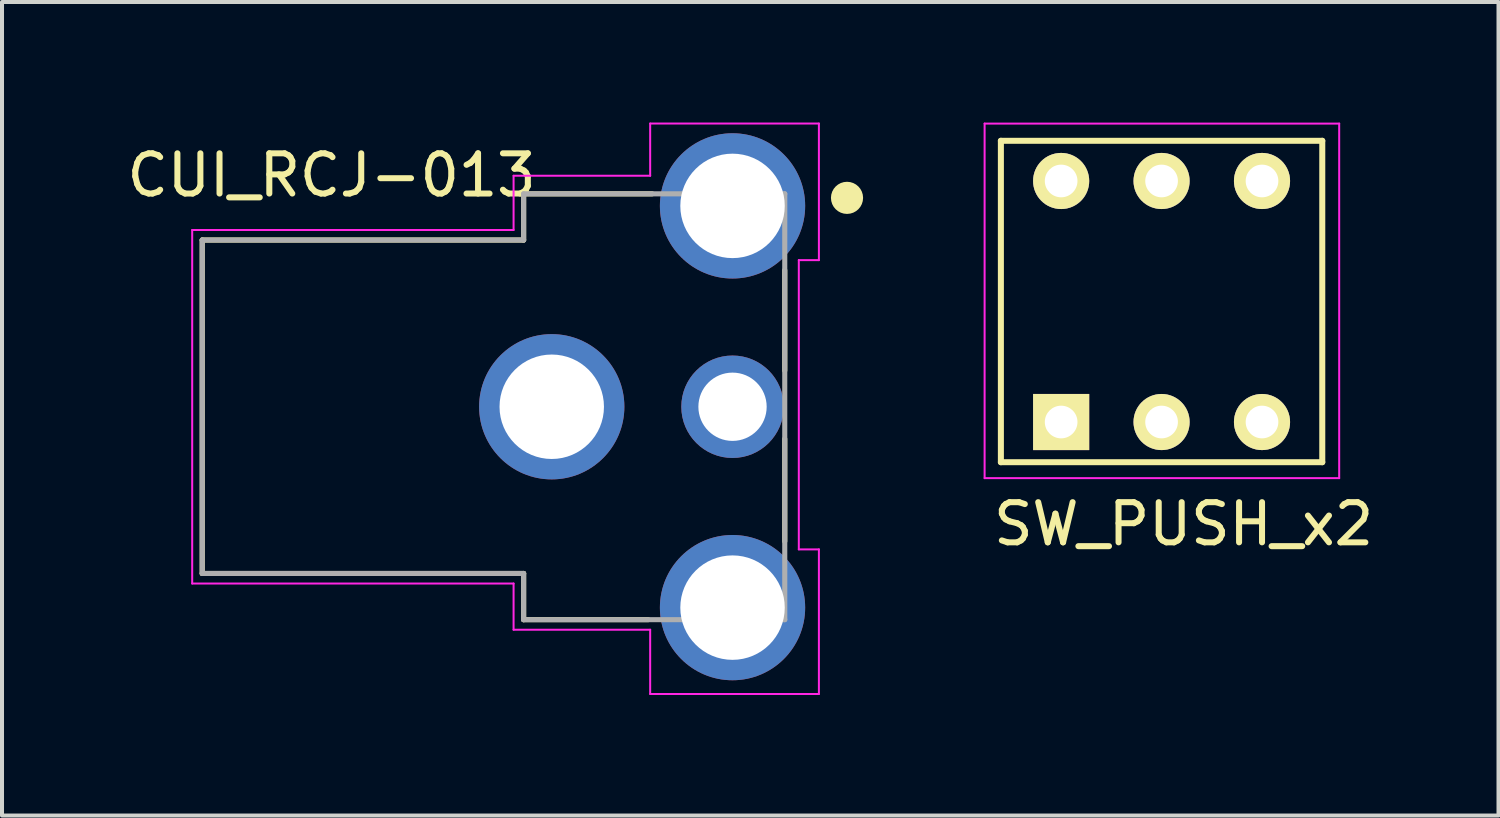
<source format=kicad_pcb>
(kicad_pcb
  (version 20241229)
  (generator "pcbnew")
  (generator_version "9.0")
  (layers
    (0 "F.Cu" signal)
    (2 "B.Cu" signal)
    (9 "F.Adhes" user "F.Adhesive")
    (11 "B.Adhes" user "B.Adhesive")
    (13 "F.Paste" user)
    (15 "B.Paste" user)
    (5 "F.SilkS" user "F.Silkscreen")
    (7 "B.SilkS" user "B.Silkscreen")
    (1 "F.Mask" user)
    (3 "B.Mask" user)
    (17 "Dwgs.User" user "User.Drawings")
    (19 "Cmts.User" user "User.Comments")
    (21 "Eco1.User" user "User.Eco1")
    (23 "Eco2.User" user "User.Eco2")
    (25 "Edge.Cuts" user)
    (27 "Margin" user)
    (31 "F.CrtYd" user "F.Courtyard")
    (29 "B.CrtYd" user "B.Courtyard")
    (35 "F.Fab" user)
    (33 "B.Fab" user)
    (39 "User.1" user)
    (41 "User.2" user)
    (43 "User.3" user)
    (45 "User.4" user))
  (footprint "SW_PUSH_x2"
    (layer "F.Cu")
    (at 23.364 7.455)
    (property "Reference" "SW_PUSH_x2" (at 3.048 2.54 0) (layer "F.SilkS") (effects (font (size 1 1) (thickness 0.15))))
    (attr through_hole)
    (fp_line (start -1.5 -7) (end -1.5 1) (stroke (width 0.15) (type solid)) (layer "F.SilkS"))
    (fp_line (start -1.5 1) (end 6.5 1) (stroke (width 0.15) (type solid)) (layer "F.SilkS"))
    (fp_line (start 6.5 -7) (end -1.5 -7) (stroke (width 0.15) (type solid)) (layer "F.SilkS"))
    (fp_line (start 6.5 1) (end 6.5 -7) (stroke (width 0.15) (type solid)) (layer "F.SilkS"))
    (fp_line (start -1.905 -7.429) (end -1.905 1.397) (stroke (width 0.05) (type solid)) (layer "F.CrtYd"))
    (fp_line (start -1.905 -7.429) (end 6.921 -7.429) (stroke (width 0.05) (type solid)) (layer "F.CrtYd"))
    (fp_line (start -1.905 1.397) (end 6.921 1.397) (stroke (width 0.05) (type solid)) (layer "F.CrtYd"))
    (fp_line (start 6.921 -7.429) (end 6.921 1.397) (stroke (width 0.05) (type solid)) (layer "F.CrtYd"))
    (pad "1" thru_hole rect (at 0 0) (size 1.397 1.397) (drill 0.813) (layers "*.Cu" "*.Mask" "F.SilkS"))
    (pad "2" thru_hole circle (at 2.5 0) (size 1.397 1.397) (drill 0.813) (layers "*.Cu" "*.Mask" "F.SilkS"))
    (pad "3" thru_hole circle (at 5 0) (size 1.397 1.397) (drill 0.813) (layers "*.Cu" "*.Mask" "F.SilkS"))
    (pad "4" thru_hole circle (at 5 -6) (size 1.397 1.397) (drill 0.813) (layers "*.Cu" "*.Mask" "F.SilkS"))
    (pad "5" thru_hole circle (at 2.5 -6) (size 1.397 1.397) (drill 0.813) (layers "*.Cu" "*.Mask" "F.SilkS"))
    (pad "6" thru_hole circle (at 0 -6) (size 1.397 1.397) (drill 0.813) (layers "*.Cu" "*.Mask" "F.SilkS")))
  (footprint "CUI_RCJ-013"
    (layer "F.Cu")
    (at 9.234 7.075)
    (property "Reference" "CUI_RCJ-013" (at -4.031 -5.763 0) (layer "F.SilkS") (effects (font (size 1.001 1.001) (thickness 0.15))))
    (attr through_hole)
    (fp_line (start -7.25 -4.15) (end -7.25 4.15) (stroke (width 0.127) (type solid)) (layer "F.SilkS"))
    (fp_line (start -7.25 4.15) (end 0.75 4.15) (stroke (width 0.127) (type solid)) (layer "F.SilkS"))
    (fp_line (start 0.75 -5.3) (end 0.75 -4.15) (stroke (width 0.127) (type solid)) (layer "F.SilkS"))
    (fp_line (start 0.75 -4.15) (end -7.25 -4.15) (stroke (width 0.127) (type solid)) (layer "F.SilkS"))
    (fp_line (start 0.75 4.15) (end 0.75 5.3) (stroke (width 0.127) (type solid)) (layer "F.SilkS"))
    (fp_line (start 0.75 5.3) (end 3.85 5.3) (stroke (width 0.127) (type solid)) (layer "F.SilkS"))
    (fp_line (start 3.95 -5.3) (end 0.75 -5.3) (stroke (width 0.127) (type solid)) (layer "F.SilkS"))
    (fp_line (start 7.25 -0.9) (end 7.25 -3.4) (stroke (width 0.127) (type solid)) (layer "F.SilkS"))
    (fp_line (start 7.25 3.35) (end 7.25 0.8) (stroke (width 0.127) (type solid)) (layer "F.SilkS"))
    (fp_circle (center 8.8 -5.2) (end 9 -5.2) (stroke (width 0.4) (type solid)) (fill no) (layer "F.SilkS"))
    (fp_line (start -7.5 -4.4) (end -7.5 4.4) (stroke (width 0.05) (type solid)) (layer "F.CrtYd"))
    (fp_line (start -7.5 4.4) (end 0.5 4.4) (stroke (width 0.05) (type solid)) (layer "F.CrtYd"))
    (fp_line (start 0.5 -5.75) (end 0.5 -4.4) (stroke (width 0.05) (type solid)) (layer "F.CrtYd"))
    (fp_line (start 0.5 -4.4) (end -7.5 -4.4) (stroke (width 0.05) (type solid)) (layer "F.CrtYd"))
    (fp_line (start 0.5 4.4) (end 0.5 5.55) (stroke (width 0.05) (type solid)) (layer "F.CrtYd"))
    (fp_line (start 0.5 5.55) (end 3.9 5.55) (stroke (width 0.05) (type solid)) (layer "F.CrtYd"))
    (fp_line (start 3.9 -7.05) (end 8.1 -7.05) (stroke (width 0.05) (type solid)) (layer "F.CrtYd"))
    (fp_line (start 3.9 -5.75) (end 0.5 -5.75) (stroke (width 0.05) (type solid)) (layer "F.CrtYd"))
    (fp_line (start 3.9 -5.75) (end 3.9 -7.05) (stroke (width 0.05) (type solid)) (layer "F.CrtYd"))
    (fp_line (start 3.9 7.15) (end 3.9 5.55) (stroke (width 0.05) (type solid)) (layer "F.CrtYd"))
    (fp_line (start 7.6 -3.65) (end 7.6 3.55) (stroke (width 0.05) (type solid)) (layer "F.CrtYd"))
    (fp_line (start 7.6 3.55) (end 8.1 3.55) (stroke (width 0.05) (type solid)) (layer "F.CrtYd"))
    (fp_line (start 8.1 -7.05) (end 8.1 -3.65) (stroke (width 0.05) (type solid)) (layer "F.CrtYd"))
    (fp_line (start 8.1 -3.65) (end 7.6 -3.65) (stroke (width 0.05) (type solid)) (layer "F.CrtYd"))
    (fp_line (start 8.1 7.15) (end 3.9 7.15) (stroke (width 0.05) (type solid)) (layer "F.CrtYd"))
    (fp_line (start 8.1 7.15) (end 8.1 3.55) (stroke (width 0.05) (type solid)) (layer "F.CrtYd"))
    (fp_line (start -7.25 -4.15) (end -7.25 4.15) (stroke (width 0.127) (type solid)) (layer "F.Fab"))
    (fp_line (start -7.25 4.15) (end 0.75 4.15) (stroke (width 0.127) (type solid)) (layer "F.Fab"))
    (fp_line (start 0.75 -5.3) (end 0.75 -4.15) (stroke (width 0.127) (type solid)) (layer "F.Fab"))
    (fp_line (start 0.75 -4.15) (end -7.25 -4.15) (stroke (width 0.127) (type solid)) (layer "F.Fab"))
    (fp_line (start 0.75 4.15) (end 0.75 5.3) (stroke (width 0.127) (type solid)) (layer "F.Fab"))
    (fp_line (start 0.75 5.3) (end 7.25 5.3) (stroke (width 0.127) (type solid)) (layer "F.Fab"))
    (fp_line (start 7.25 -5.3) (end 0.75 -5.3) (stroke (width 0.127) (type solid)) (layer "F.Fab"))
    (fp_line (start 7.25 5.3) (end 7.25 -5.3) (stroke (width 0.127) (type solid)) (layer "F.Fab"))
    (pad "1A" thru_hole circle (at 5.95 -5) (size 3.616 3.616) (drill 2.6) (layers "*.Cu" "*.Mask"))
    (pad "1B" thru_hole circle (at 5.95 5) (size 3.616 3.616) (drill 2.6) (layers "*.Cu" "*.Mask"))
    (pad "1C" thru_hole circle (at 1.45 0) (size 3.616 3.616) (drill 2.6) (layers "*.Cu" "*.Mask"))
    (pad "2" thru_hole circle (at 5.95 0) (size 2.55 2.55) (drill 1.7) (layers "*.Cu" "*.Mask")))
  (gr_rect
    (start -3 -3)
    (end 34.251 17.25)
    (stroke (width 0.1) (type default))
    (fill no)
    (layer "Edge.Cuts")))
</source>
